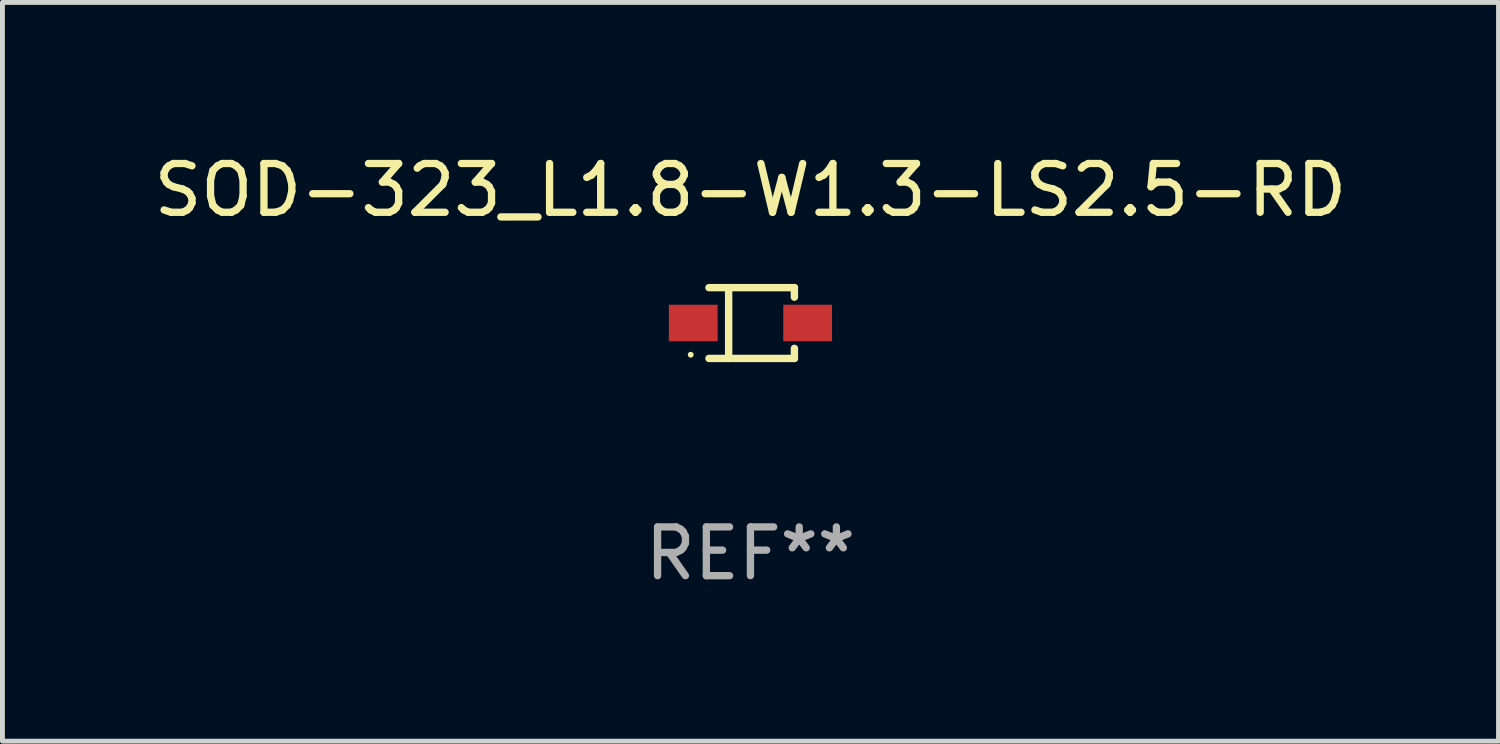
<source format=kicad_pcb>
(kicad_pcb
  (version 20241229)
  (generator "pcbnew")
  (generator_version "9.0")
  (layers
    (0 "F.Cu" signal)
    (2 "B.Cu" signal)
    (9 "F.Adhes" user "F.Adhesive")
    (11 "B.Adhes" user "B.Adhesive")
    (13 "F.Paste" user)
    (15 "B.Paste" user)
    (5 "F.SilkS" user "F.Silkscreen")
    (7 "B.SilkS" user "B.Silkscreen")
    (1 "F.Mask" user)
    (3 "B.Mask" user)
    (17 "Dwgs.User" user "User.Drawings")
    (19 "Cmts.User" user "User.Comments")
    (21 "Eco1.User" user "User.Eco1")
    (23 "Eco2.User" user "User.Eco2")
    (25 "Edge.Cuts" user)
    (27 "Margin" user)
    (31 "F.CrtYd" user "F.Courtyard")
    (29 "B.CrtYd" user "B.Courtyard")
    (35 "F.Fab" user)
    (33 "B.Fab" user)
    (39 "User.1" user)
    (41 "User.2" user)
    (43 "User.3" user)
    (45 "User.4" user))
  (footprint "SOD-323_L1.8-W1.3-LS2.5-RD"
    (layer "F.Cu")
    (at 12.339 3.574)
    (property "Reference" "SOD-323_L1.8-W1.3-LS2.5-RD" (at 0 -2.726 0) (layer "F.SilkS") (effects (font (size 1 1) (thickness 0.15))))
    (attr smd)
    (fp_line (start -0.851 -0.726) (end 0.901 -0.726) (stroke (width 0.152) (type solid)) (layer "F.SilkS"))
    (fp_line (start -0.851 0.726) (end 0.901 0.726) (stroke (width 0.152) (type solid)) (layer "F.SilkS"))
    (fp_line (start -0.447 -0.726) (end -0.447 0.726) (stroke (width 0.152) (type solid)) (layer "F.SilkS"))
    (fp_line (start 0.901 -0.726) (end 0.901 -0.53) (stroke (width 0.152) (type solid)) (layer "F.SilkS"))
    (fp_line (start 0.901 0.726) (end 0.901 0.52) (stroke (width 0.152) (type solid)) (layer "F.SilkS"))
    (fp_circle (center -1.225 0.65) (end -1.195 0.65) (stroke (width 0.06) (type solid)) (fill no) (layer "F.SilkS"))
    (fp_text user "REF**" (at 0 4.726 0) (layer "F.Fab") (effects (font (size 1 1) (thickness 0.15))))
    (pad "1" smd rect (at -1.173 0) (size 1 0.75) (layers "F.Cu" "F.Mask" "F.Paste"))
    (pad "2" smd rect (at 1.173 0) (size 1 0.75) (layers "F.Cu" "F.Mask" "F.Paste")))
  (gr_rect
    (start -3 -3)
    (end 27.679 12.149)
    (stroke (width 0.1) (type default))
    (fill no)
    (layer "Edge.Cuts")))
</source>
